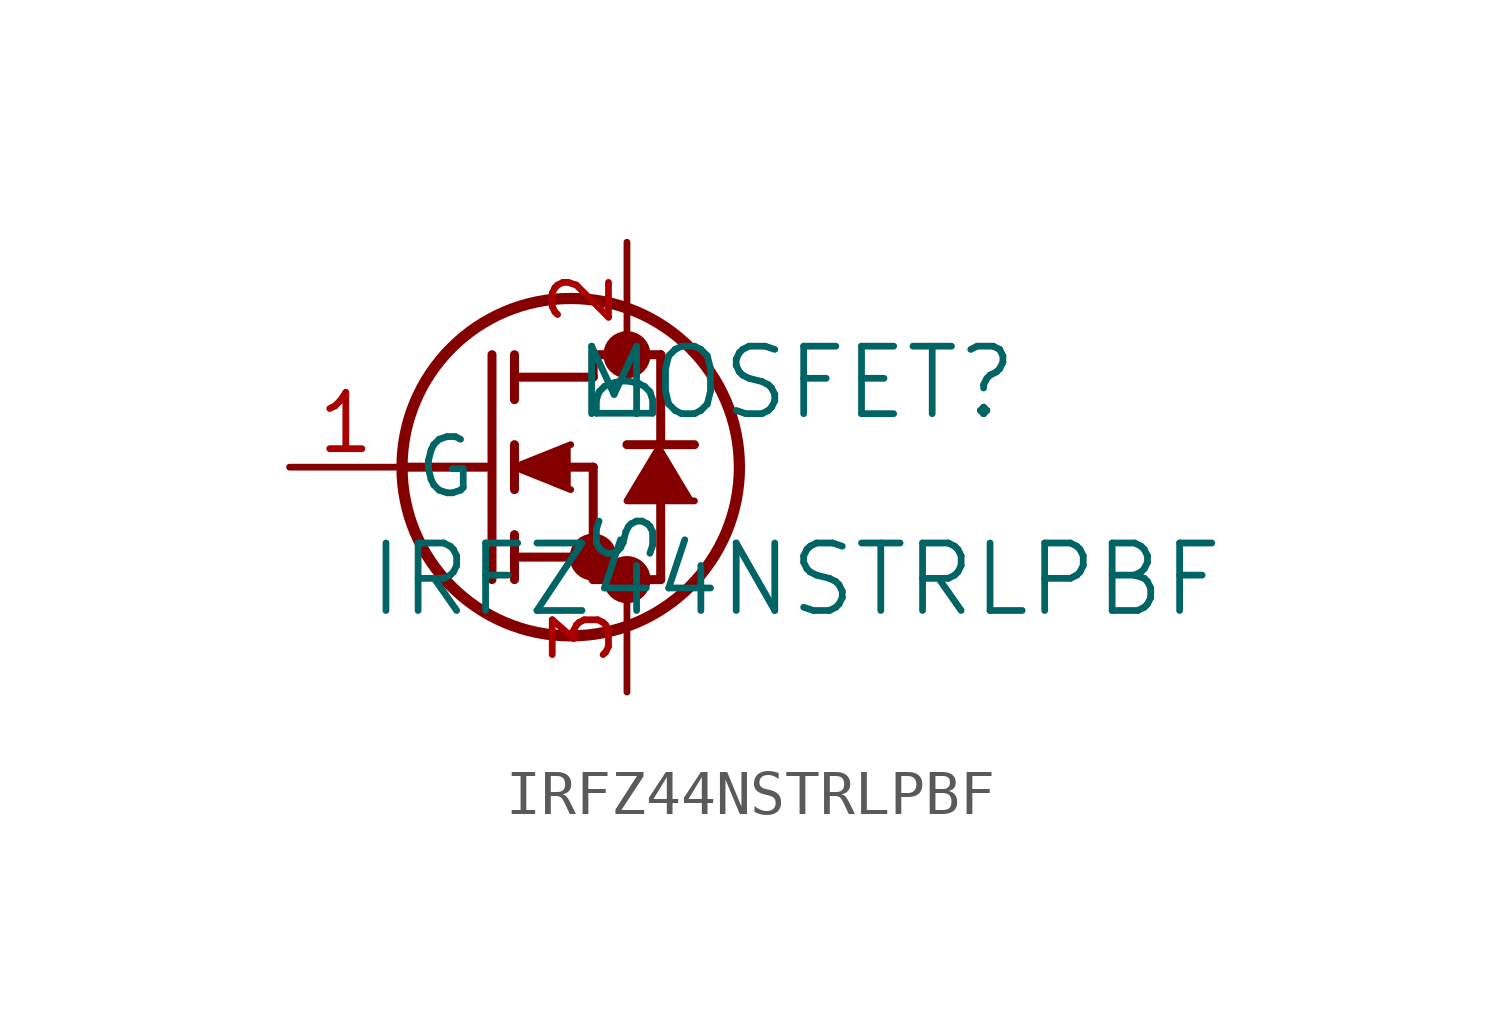
<source format=kicad_sym>
(kicad_symbol_lib
  (version 20211014)
  (generator kicad_symbol_editor)
  (symbol "IRFZ44NSTRLPBF"
    (pin_names
      (offset 0.254))
    (property "Reference" "MOSFET"
      (at 11.43 1.905 0)
      (effects (font (size 1.524 1.524))))
    (property "Value" "IRFZ44NSTRLPBF"
      (at 11.43 -2.54 0)
      (effects (font (size 1.524 1.524))))
    (symbol "IRFZ44NSTRLPBF_0_1"
      (circle (center 7.62 2.54) (radius 0.025) (stroke (width 0.508) (type default) (color 0 0 0 0)) (fill (type none)))
      (circle (center 7.62 -2.54) (radius 0.025) (stroke (width 0.508) (type default) (color 0 0 0 0)) (fill (type none)))
      (circle (center 6.858 -2.032) (radius 0.025) (stroke (width 0.508) (type default) (color 0 0 0 0)) (fill (type none)))
      (circle (center 6.35 0) (radius 3.81) (stroke (width 0.254) (type default) (color 0 0 0 0)) (fill (type none)))
      (polyline (pts (xy 2.54 0) (xy 4.445 0)) (stroke (width 0.203) (type default) (color 0 0 0 0)) (fill (type none)))
      (polyline (pts (xy 4.572 -2.54) (xy 4.572 2.54)) (stroke (width 0.203) (type default) (color 0 0 0 0)) (fill (type none)))
      (polyline (pts (xy 5.08 -0.508) (xy 5.08 0.508)) (stroke (width 0.203) (type default) (color 0 0 0 0)) (fill (type none)))
      (polyline (pts (xy 5.08 -2.54) (xy 5.08 -1.524)) (stroke (width 0.203) (type default) (color 0 0 0 0)) (fill (type none)))
      (polyline (pts (xy 5.08 1.524) (xy 5.08 2.54)) (stroke (width 0.203) (type default) (color 0 0 0 0)) (fill (type none)))
      (polyline (pts (xy 6.35 0) (xy 6.858 0)) (stroke (width 0.203) (type default) (color 0 0 0 0)) (fill (type none)))
      (polyline (pts (xy 5.08 -2.032) (xy 6.858 -2.032)) (stroke (width 0.203) (type default) (color 0 0 0 0)) (fill (type none)))
      (polyline (pts (xy 6.858 -2.54) (xy 6.858 0)) (stroke (width 0.203) (type default) (color 0 0 0 0)) (fill (type none)))
      (polyline (pts (xy 6.858 -2.54) (xy 8.382 -2.54)) (stroke (width 0.203) (type default) (color 0 0 0 0)) (fill (type none)))
      (polyline (pts (xy 5.08 2.032) (xy 6.858 2.032)) (stroke (width 0.203) (type default) (color 0 0 0 0)) (fill (type none)))
      (polyline (pts (xy 8.382 0.508) (xy 8.382 2.54)) (stroke (width 0.203) (type default) (color 0 0 0 0)) (fill (type none)))
      (polyline (pts (xy 6.35 0.508) (xy 5.08 0) (xy 6.35 -0.508)) (stroke (width 0) (type default) (color 0 0 0 0)) (fill (type outline)))
      (polyline (pts (xy 9.144 -0.762) (xy 7.62 -0.762) (xy 8.382 0.508)) (stroke (width 0) (type default) (color 0 0 0 0)) (fill (type outline)))
      (polyline (pts (xy 8.382 -2.54) (xy 8.382 -0.762)) (stroke (width 0.203) (type default) (color 0 0 0 0)) (fill (type none)))
      (polyline (pts (xy 9.144 0.508) (xy 7.62 0.508)) (stroke (width 0.203) (type default) (color 0 0 0 0)) (fill (type none)))
      (polyline (pts (xy 6.858 2.54) (xy 8.382 2.54)) (stroke (width 0.203) (type default) (color 0 0 0 0)) (fill (type none)))
      (polyline (pts (xy 6.858 2.032) (xy 6.858 2.54)) (stroke (width 0.203) (type default) (color 0 0 0 0)) (fill (type none)))
      (pin unspecified line (at 0 0 0) (length 2.54) (name "G" (effects (font (size 1.27 1.27)))) (number "1" (effects (font (size 1.27 1.27)))))
      (pin unspecified line (at 7.62 5.08 270) (length 2.54) (name "D" (effects (font (size 1.27 1.27)))) (number "2" (effects (font (size 1.27 1.27)))))
      (pin unspecified line (at 7.62 -5.08 90) (length 2.54) (name "S" (effects (font (size 1.27 1.27)))) (number "3" (effects (font (size 1.27 1.27))))))))
</source>
